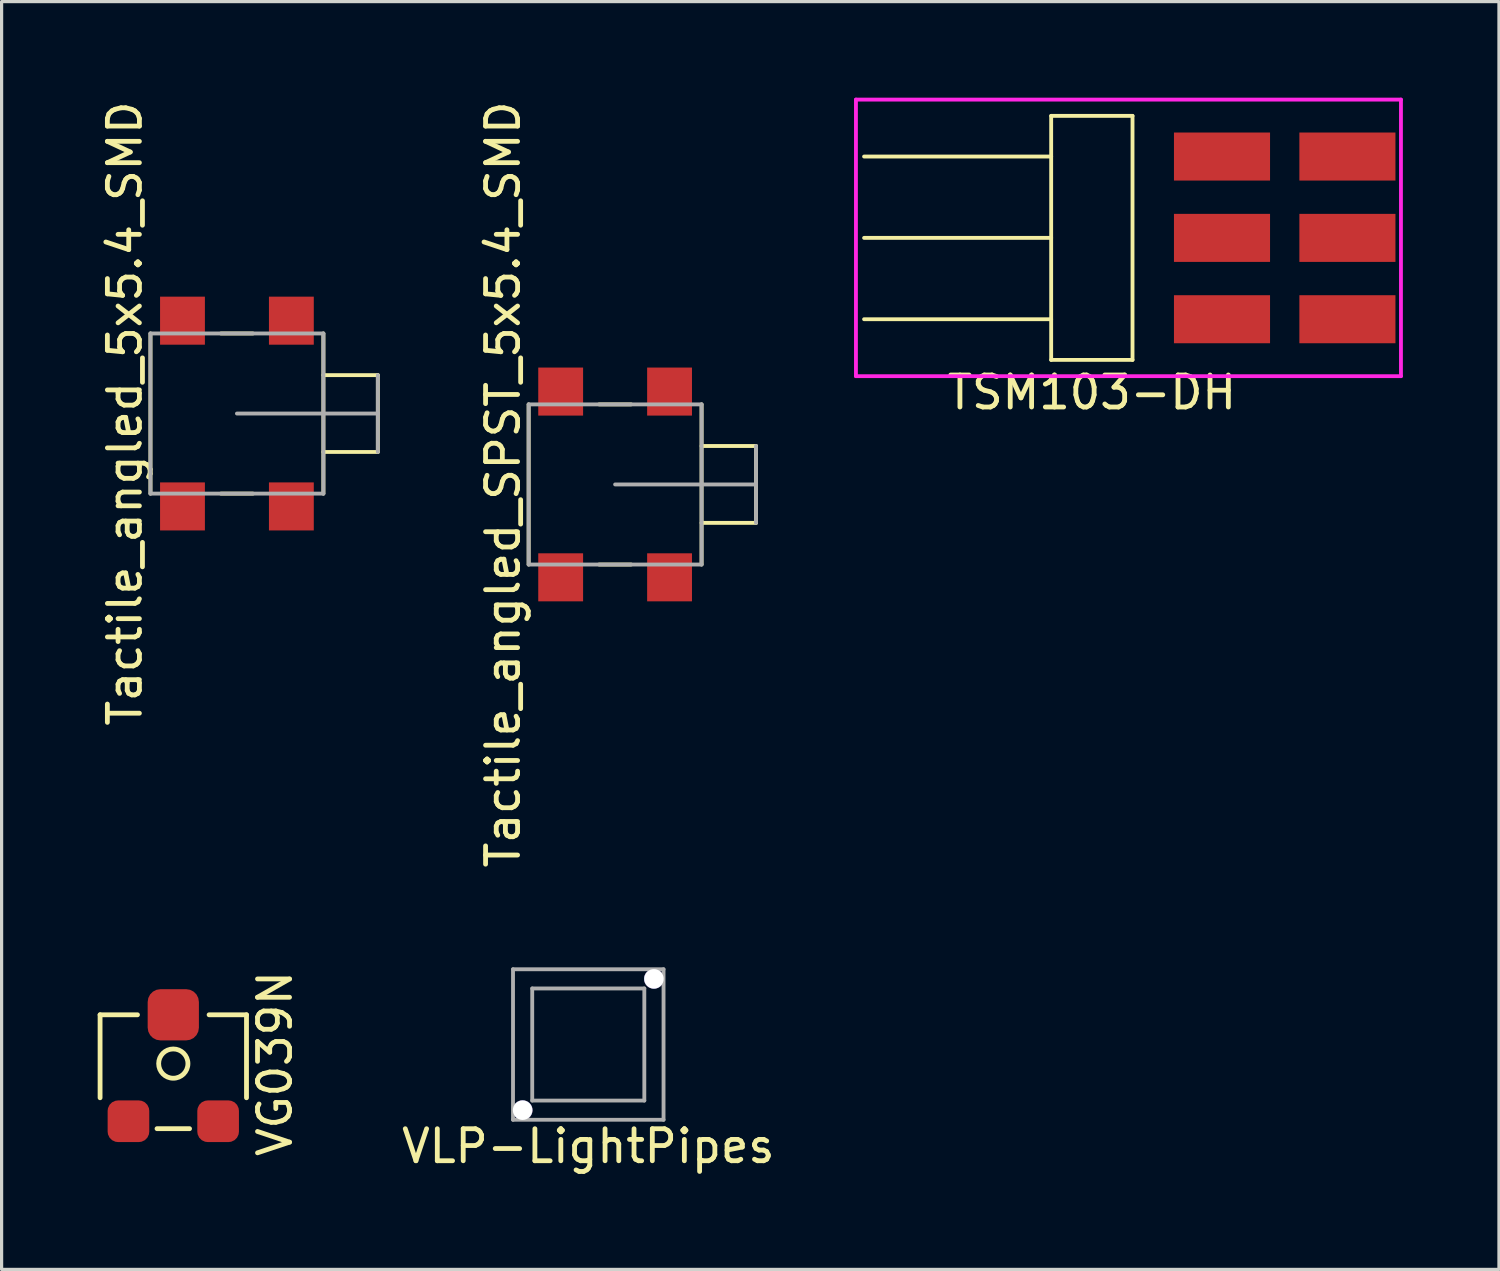
<source format=kicad_pcb>
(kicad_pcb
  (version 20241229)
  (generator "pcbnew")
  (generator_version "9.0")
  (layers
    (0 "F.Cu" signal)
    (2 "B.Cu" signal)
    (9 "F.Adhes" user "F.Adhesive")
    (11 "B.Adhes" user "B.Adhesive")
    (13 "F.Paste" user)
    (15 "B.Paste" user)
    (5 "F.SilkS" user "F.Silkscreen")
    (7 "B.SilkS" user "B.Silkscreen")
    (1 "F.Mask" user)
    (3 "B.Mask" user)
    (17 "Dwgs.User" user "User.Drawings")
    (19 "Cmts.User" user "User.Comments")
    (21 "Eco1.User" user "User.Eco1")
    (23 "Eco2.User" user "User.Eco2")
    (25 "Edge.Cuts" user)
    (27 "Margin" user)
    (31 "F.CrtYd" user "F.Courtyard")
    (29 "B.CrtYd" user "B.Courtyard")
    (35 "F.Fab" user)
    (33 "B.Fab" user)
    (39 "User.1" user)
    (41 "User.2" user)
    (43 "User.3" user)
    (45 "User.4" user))
  (footprint "Tactile_angled_5x5.4_SMD"
    (layer "F.Cu")
    (at 4.348 9.863)
    (property "Reference" "Tactile_angled_5x5.4_SMD" (at -3.5 0 90) (layer "F.SilkS") (effects (font (size 1 1) (thickness 0.15))))
    (attr through_hole)
    (fp_line (start -2.7 -2.5) (end -2.7 2.5) (stroke (width 0.12) (type solid)) (layer "F.SilkS"))
    (fp_line (start -0.5 -2.5) (end 0.5 -2.5) (stroke (width 0.12) (type solid)) (layer "F.SilkS"))
    (fp_line (start -0.5 2.5) (end 0.5 2.5) (stroke (width 0.12) (type solid)) (layer "F.SilkS"))
    (fp_line (start 2.7 -2.5) (end 2.7 2.5) (stroke (width 0.12) (type solid)) (layer "F.SilkS"))
    (fp_line (start 4.4 -1.2) (end 2.7 -1.2) (stroke (width 0.12) (type solid)) (layer "F.SilkS"))
    (fp_line (start 4.4 1.2) (end 2.7 1.2) (stroke (width 0.12) (type solid)) (layer "F.SilkS"))
    (fp_line (start 4.4 1.2) (end 4.4 -1.2) (stroke (width 0.12) (type solid)) (layer "F.SilkS"))
    (fp_line (start -2.7 -2.5) (end -2.7 2.5) (stroke (width 0.12) (type solid)) (layer "F.Fab"))
    (fp_line (start -2.7 2.5) (end 2.7 2.5) (stroke (width 0.12) (type solid)) (layer "F.Fab"))
    (fp_line (start 0 0) (end 4.4 0) (stroke (width 0.12) (type solid)) (layer "F.Fab"))
    (fp_line (start 2.7 -2.5) (end -2.7 -2.5) (stroke (width 0.12) (type solid)) (layer "F.Fab"))
    (fp_line (start 2.7 2.5) (end 2.7 -2.5) (stroke (width 0.12) (type solid)) (layer "F.Fab"))
    (fp_line (start 4.4 0) (end 4.4 -1.2) (stroke (width 0.12) (type solid)) (layer "F.Fab"))
    (fp_line (start 4.4 0) (end 4.4 1.2) (stroke (width 0.12) (type solid)) (layer "F.Fab"))
    (pad "1" smd rect (at -1.7 -2.9) (size 1.4 1.5) (layers "F.Cu" "F.Mask" "F.Paste"))
    (pad "2" smd rect (at 1.7 -2.9) (size 1.4 1.5) (layers "F.Cu" "F.Mask" "F.Paste"))
    (pad "3" smd rect (at -1.7 2.9) (size 1.4 1.5) (layers "F.Cu" "F.Mask" "F.Paste"))
    (pad "4" smd rect (at 1.7 2.9) (size 1.4 1.5) (layers "F.Cu" "F.Mask" "F.Paste")))
  (footprint "VLP-LightPipes"
    (layer "F.Cu")
    (at 15.319 29.565)
    (property "Reference" "VLP-LightPipes" (at 0 3.175 0) (layer "F.SilkS") (effects (font (size 1 1) (thickness 0.15))))
    (attr through_hole)
    (fp_line (start -2.35 -2.35) (end -2.35 2.35) (stroke (width 0.12) (type solid)) (layer "F.Fab"))
    (fp_line (start -2.35 2.35) (end 2.35 2.35) (stroke (width 0.12) (type solid)) (layer "F.Fab"))
    (fp_line (start -1.75 -1.75) (end 1.75 -1.75) (stroke (width 0.12) (type solid)) (layer "F.Fab"))
    (fp_line (start -1.75 1.75) (end -1.75 -1.75) (stroke (width 0.12) (type solid)) (layer "F.Fab"))
    (fp_line (start 1.75 -1.75) (end 1.75 1.75) (stroke (width 0.12) (type solid)) (layer "F.Fab"))
    (fp_line (start 1.75 1.75) (end -1.75 1.75) (stroke (width 0.12) (type solid)) (layer "F.Fab"))
    (fp_line (start 2.35 -2.35) (end -2.35 -2.35) (stroke (width 0.12) (type solid)) (layer "F.Fab"))
    (fp_line (start 2.35 2.35) (end 2.35 -2.35) (stroke (width 0.12) (type solid)) (layer "F.Fab"))
    (pad "" np_thru_hole circle (at -2.05 2.05) (size 0.62 0.62) (drill 0.61) (layers "*.Cu" "*.Mask"))
    (pad "" np_thru_hole circle (at 2.05 -2.05) (size 0.62 0.62) (drill 0.61) (layers "*.Cu" "*.Mask")))
  (footprint "TSM103-DH"
    (layer "F.Cu")
    (at 31.043 4.378)
    (property "Reference" "TSM103-DH" (at 0 4.826 0) (layer "F.SilkS") (effects (font (size 1 1) (thickness 0.15))))
    (attr through_hole)
    (fp_line (start -1.27 -3.81) (end 1.27 -3.81) (stroke (width 0.12) (type solid)) (layer "F.SilkS"))
    (fp_line (start -1.27 -2.54) (end -7.112 -2.54) (stroke (width 0.12) (type solid)) (layer "F.SilkS"))
    (fp_line (start -1.27 0) (end -7.112 0) (stroke (width 0.12) (type solid)) (layer "F.SilkS"))
    (fp_line (start -1.27 2.54) (end -7.112 2.54) (stroke (width 0.12) (type solid)) (layer "F.SilkS"))
    (fp_line (start -1.27 3.81) (end -1.27 -3.81) (stroke (width 0.12) (type solid)) (layer "F.SilkS"))
    (fp_line (start 1.27 -3.81) (end 1.27 3.81) (stroke (width 0.12) (type solid)) (layer "F.SilkS"))
    (fp_line (start 1.27 3.81) (end -1.27 3.81) (stroke (width 0.12) (type solid)) (layer "F.SilkS"))
    (fp_line (start -7.366 -4.318) (end -7.366 4.318) (stroke (width 0.12) (type solid)) (layer "F.CrtYd"))
    (fp_line (start -7.366 4.318) (end 9.652 4.318) (stroke (width 0.12) (type solid)) (layer "F.CrtYd"))
    (fp_line (start 9.652 -4.318) (end -7.366 -4.318) (stroke (width 0.12) (type solid)) (layer "F.CrtYd"))
    (fp_line (start 9.652 4.318) (end 9.652 -4.318) (stroke (width 0.12) (type solid)) (layer "F.CrtYd"))
    (pad "1" smd rect (at 4.064 -2.54) (size 3 1.5) (layers "F.Cu" "F.Mask" "F.Paste"))
    (pad "2" smd rect (at 7.98 -2.54) (size 3 1.5) (layers "F.Cu" "F.Mask" "F.Paste"))
    (pad "3" smd rect (at 4.064 0) (size 3 1.5) (layers "F.Cu" "F.Mask" "F.Paste"))
    (pad "4" smd rect (at 7.98 0) (size 3 1.5) (layers "F.Cu" "F.Mask" "F.Paste"))
    (pad "5" smd rect (at 4.064 2.54) (size 3 1.5) (layers "F.Cu" "F.Mask" "F.Paste"))
    (pad "6" smd rect (at 7.98 2.54) (size 3 1.5) (layers "F.Cu" "F.Mask" "F.Paste")))
  (footprint "VG039N"
    (layer "F.Cu")
    (at 2.361 30.161)
    (property "Reference" "VG039N" (at 3.175 0 90) (layer "F.SilkS") (effects (font (size 1 1) (thickness 0.15))))
    (attr through_hole)
    (fp_line (start -2.286 -1.524) (end -2.286 1.067) (stroke (width 0.15) (type solid)) (layer "F.SilkS"))
    (fp_line (start -1.118 -1.524) (end -2.286 -1.524) (stroke (width 0.15) (type solid)) (layer "F.SilkS"))
    (fp_line (start -0.508 2.032) (end 0.508 2.032) (stroke (width 0.15) (type solid)) (layer "F.SilkS"))
    (fp_line (start 2.286 -1.524) (end 1.118 -1.524) (stroke (width 0.15) (type solid)) (layer "F.SilkS"))
    (fp_line (start 2.286 1.067) (end 2.286 -1.524) (stroke (width 0.15) (type solid)) (layer "F.SilkS"))
    (fp_circle (center 0 0) (end 0 0.457) (stroke (width 0.15) (type solid)) (fill no) (layer "F.SilkS"))
    (pad "1" smd roundrect (at -1.4 1.8) (size 1.3 1.3) (layers "F.Cu" "F.Mask" "F.Paste") (roundrect_rratio 0.25))
    (pad "2" smd roundrect (at 0 -1.524) (size 1.6 1.6) (layers "F.Cu" "F.Mask" "F.Paste") (roundrect_rratio 0.25))
    (pad "3" smd roundrect (at 1.4 1.8) (size 1.3 1.3) (layers "F.Cu" "F.Mask" "F.Paste") (roundrect_rratio 0.25)))
  (footprint "Tactile_angled_SPST_5x5.4_SMD"
    (layer "F.Cu")
    (at 16.157 12.077)
    (property "Reference" "Tactile_angled_SPST_5x5.4_SMD" (at -3.5 0 90) (layer "F.SilkS") (effects (font (size 1 1) (thickness 0.15))))
    (attr through_hole)
    (fp_line (start -2.7 -2.5) (end -2.7 2.5) (stroke (width 0.12) (type solid)) (layer "F.SilkS"))
    (fp_line (start -0.5 -2.5) (end 0.5 -2.5) (stroke (width 0.12) (type solid)) (layer "F.SilkS"))
    (fp_line (start -0.5 2.5) (end 0.5 2.5) (stroke (width 0.12) (type solid)) (layer "F.SilkS"))
    (fp_line (start 2.7 -2.5) (end 2.7 2.5) (stroke (width 0.12) (type solid)) (layer "F.SilkS"))
    (fp_line (start 4.4 -1.2) (end 2.7 -1.2) (stroke (width 0.12) (type solid)) (layer "F.SilkS"))
    (fp_line (start 4.4 1.2) (end 2.7 1.2) (stroke (width 0.12) (type solid)) (layer "F.SilkS"))
    (fp_line (start 4.4 1.2) (end 4.4 -1.2) (stroke (width 0.12) (type solid)) (layer "F.SilkS"))
    (fp_line (start -2.7 -2.5) (end -2.7 2.5) (stroke (width 0.12) (type solid)) (layer "F.Fab"))
    (fp_line (start -2.7 2.5) (end 2.7 2.5) (stroke (width 0.12) (type solid)) (layer "F.Fab"))
    (fp_line (start 0 0) (end 4.4 0) (stroke (width 0.12) (type solid)) (layer "F.Fab"))
    (fp_line (start 2.7 -2.5) (end -2.7 -2.5) (stroke (width 0.12) (type solid)) (layer "F.Fab"))
    (fp_line (start 2.7 2.5) (end 2.7 -2.5) (stroke (width 0.12) (type solid)) (layer "F.Fab"))
    (fp_line (start 4.4 0) (end 4.4 -1.2) (stroke (width 0.12) (type solid)) (layer "F.Fab"))
    (fp_line (start 4.4 0) (end 4.4 1.2) (stroke (width 0.12) (type solid)) (layer "F.Fab"))
    (pad "1" smd rect (at -1.7 -2.9) (size 1.4 1.5) (layers "F.Cu" "F.Mask" "F.Paste"))
    (pad "1" smd rect (at -1.7 2.9) (size 1.4 1.5) (layers "F.Cu" "F.Mask" "F.Paste"))
    (pad "2" smd rect (at 1.7 -2.9) (size 1.4 1.5) (layers "F.Cu" "F.Mask" "F.Paste"))
    (pad "2" smd rect (at 1.7 2.9) (size 1.4 1.5) (layers "F.Cu" "F.Mask" "F.Paste")))
  (gr_rect
    (start -3 -3)
    (end 43.755 36.588)
    (stroke (width 0.1) (type default))
    (fill no)
    (layer "Edge.Cuts")))
</source>
